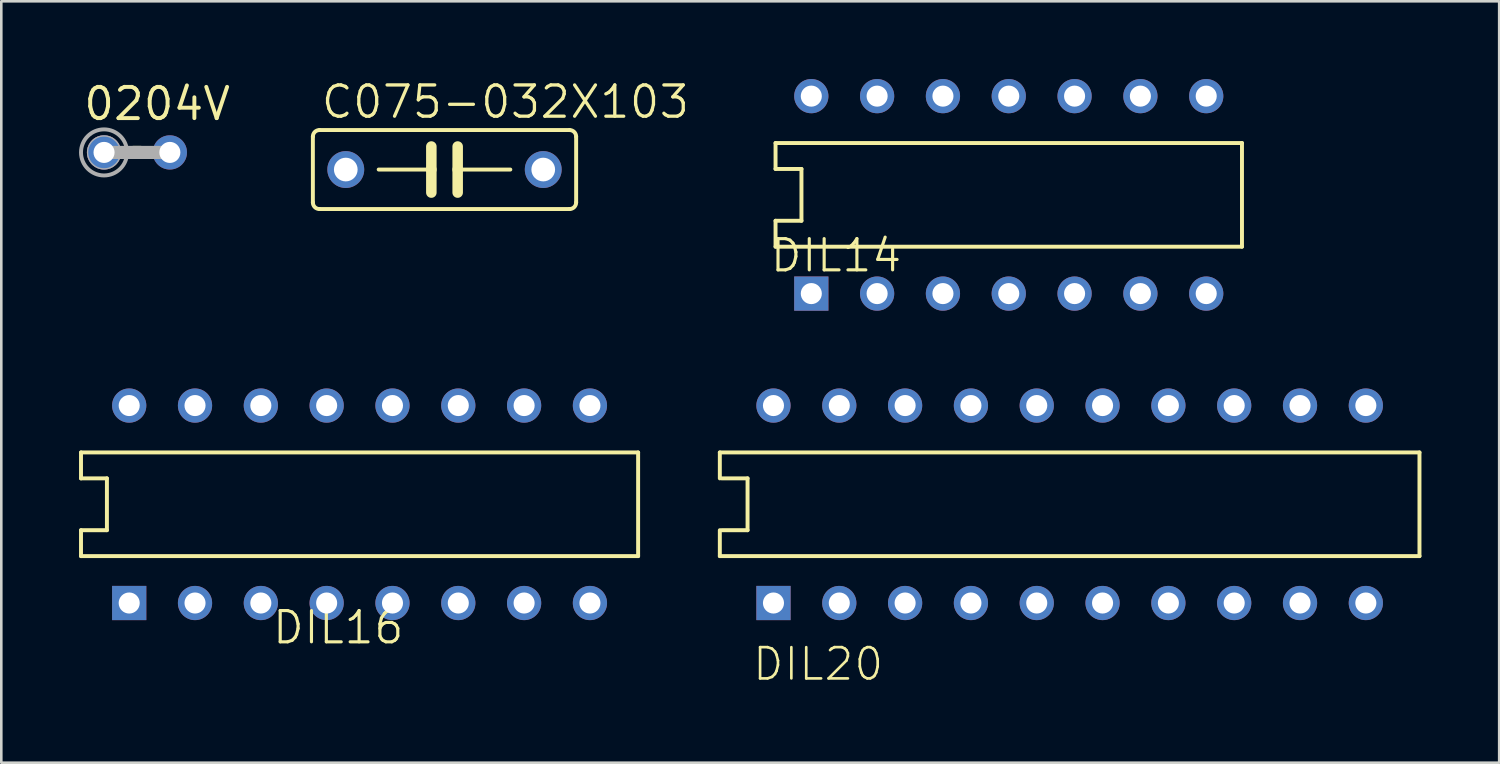
<source format=kicad_pcb>
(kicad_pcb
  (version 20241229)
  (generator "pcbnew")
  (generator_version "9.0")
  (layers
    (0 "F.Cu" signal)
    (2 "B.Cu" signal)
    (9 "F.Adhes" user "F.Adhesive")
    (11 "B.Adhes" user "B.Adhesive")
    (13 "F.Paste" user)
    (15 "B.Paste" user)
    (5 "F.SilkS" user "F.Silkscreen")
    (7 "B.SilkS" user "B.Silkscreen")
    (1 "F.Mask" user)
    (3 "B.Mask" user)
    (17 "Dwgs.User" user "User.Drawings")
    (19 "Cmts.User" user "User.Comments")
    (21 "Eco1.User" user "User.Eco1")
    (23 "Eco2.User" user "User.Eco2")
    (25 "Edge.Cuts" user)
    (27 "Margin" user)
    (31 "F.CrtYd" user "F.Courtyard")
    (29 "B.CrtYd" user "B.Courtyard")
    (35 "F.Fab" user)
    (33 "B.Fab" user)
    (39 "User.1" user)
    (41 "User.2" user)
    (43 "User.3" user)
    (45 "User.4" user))
  (footprint "DIL20"
    (layer "F.Cu")
    (at 38.229 16.411)
    (property "Reference" "DIL20" (at -7.112 5.461 0) (layer "F.SilkS") (effects (font (size 1.206 1.206) (thickness 0.102)) (justify right top)))
    (attr through_hole)
    (fp_line (start -13.5 -2) (end -13.5 -1) (stroke (width 0.152) (type solid)) (layer "F.SilkS"))
    (fp_line (start -13.5 2) (end -13.5 1) (stroke (width 0.152) (type solid)) (layer "F.SilkS"))
    (fp_line (start -13.5 2) (end 13.5 2) (stroke (width 0.152) (type solid)) (layer "F.SilkS"))
    (fp_line (start -13.43 -1) (end -12.43 -1) (stroke (width 0.152) (type solid)) (layer "F.SilkS"))
    (fp_line (start -13.43 1) (end -12.43 1) (stroke (width 0.152) (type solid)) (layer "F.SilkS"))
    (fp_line (start -12.43 1) (end -12.43 -1) (stroke (width 0.152) (type solid)) (layer "F.SilkS"))
    (fp_line (start 13.5 -2) (end -13.5 -2) (stroke (width 0.152) (type solid)) (layer "F.SilkS"))
    (fp_line (start 13.5 -2) (end 13.5 2) (stroke (width 0.152) (type solid)) (layer "F.SilkS"))
    (pad "1" thru_hole rect (at -11.43 3.81 90) (size 1.321 1.321) (drill 0.813) (layers "*.Cu" "*.Mask"))
    (pad "2" thru_hole circle (at -8.89 3.81 90) (size 1.321 1.321) (drill 0.813) (layers "*.Cu" "*.Mask"))
    (pad "3" thru_hole circle (at -6.35 3.81 90) (size 1.321 1.321) (drill 0.813) (layers "*.Cu" "*.Mask"))
    (pad "4" thru_hole circle (at -3.81 3.81 90) (size 1.321 1.321) (drill 0.813) (layers "*.Cu" "*.Mask"))
    (pad "5" thru_hole circle (at -1.27 3.81 90) (size 1.321 1.321) (drill 0.813) (layers "*.Cu" "*.Mask"))
    (pad "6" thru_hole circle (at 1.27 3.81 90) (size 1.321 1.321) (drill 0.813) (layers "*.Cu" "*.Mask"))
    (pad "7" thru_hole circle (at 3.81 3.81 90) (size 1.321 1.321) (drill 0.813) (layers "*.Cu" "*.Mask"))
    (pad "8" thru_hole circle (at 6.35 3.81 90) (size 1.321 1.321) (drill 0.813) (layers "*.Cu" "*.Mask"))
    (pad "9" thru_hole circle (at 8.89 3.81 90) (size 1.321 1.321) (drill 0.813) (layers "*.Cu" "*.Mask"))
    (pad "10" thru_hole circle (at 11.43 3.81 90) (size 1.321 1.321) (drill 0.813) (layers "*.Cu" "*.Mask"))
    (pad "11" thru_hole circle (at 11.43 -3.81 90) (size 1.321 1.321) (drill 0.813) (layers "*.Cu" "*.Mask"))
    (pad "12" thru_hole circle (at 8.89 -3.81 90) (size 1.321 1.321) (drill 0.813) (layers "*.Cu" "*.Mask"))
    (pad "13" thru_hole circle (at 6.35 -3.81 90) (size 1.321 1.321) (drill 0.813) (layers "*.Cu" "*.Mask"))
    (pad "14" thru_hole circle (at 3.81 -3.81 90) (size 1.321 1.321) (drill 0.813) (layers "*.Cu" "*.Mask"))
    (pad "15" thru_hole circle (at 1.27 -3.81 90) (size 1.321 1.321) (drill 0.813) (layers "*.Cu" "*.Mask"))
    (pad "16" thru_hole circle (at -1.27 -3.81 90) (size 1.321 1.321) (drill 0.813) (layers "*.Cu" "*.Mask"))
    (pad "17" thru_hole circle (at -3.81 -3.81 90) (size 1.321 1.321) (drill 0.813) (layers "*.Cu" "*.Mask"))
    (pad "18" thru_hole circle (at -6.35 -3.81 90) (size 1.321 1.321) (drill 0.813) (layers "*.Cu" "*.Mask"))
    (pad "19" thru_hole circle (at -8.89 -3.81 90) (size 1.321 1.321) (drill 0.813) (layers "*.Cu" "*.Mask"))
    (pad "20" thru_hole circle (at -11.43 -3.81 90) (size 1.321 1.321) (drill 0.813) (layers "*.Cu" "*.Mask")))
  (footprint "0204V"
    (layer "F.Cu")
    (at 2.235 2.832)
    (property "Reference" "0204V" (at -2.134 -1.168 0) (layer "F.SilkS") (effects (font (size 1.206 1.206) (thickness 0.152)) (justify left bottom)))
    (attr through_hole)
    (fp_line (start -0.127 0) (end 0.127 0) (stroke (width 0.508) (type solid)) (layer "F.SilkS"))
    (fp_line (start -1.27 0) (end 1.27 0) (stroke (width 0.508) (type solid)) (layer "F.Fab"))
    (fp_circle (center -1.27 0) (end -0.635 0) (stroke (width 0.051) (type solid)) (fill no) (layer "F.Fab"))
    (fp_circle (center -1.27 0) (end -0.381 0) (stroke (width 0.152) (type solid)) (fill no) (layer "F.Fab"))
    (pad "1" thru_hole circle (at -1.27 0) (size 1.321 1.321) (drill 0.813) (layers "*.Cu" "*.Mask"))
    (pad "2" thru_hole circle (at 1.27 0) (size 1.321 1.321) (drill 0.813) (layers "*.Cu" "*.Mask")))
  (footprint "DIL14"
    (layer "F.Cu")
    (at 28.259 8.28)
    (property "Reference" "DIL14" (at -1.651 -0.762 180) (layer "F.SilkS") (effects (font (size 1.206 1.206) (thickness 0.121)) (justify left bottom)))
    (attr through_hole)
    (fp_line (start -1.38 -5.81) (end -1.38 -4.81) (stroke (width 0.152) (type solid)) (layer "F.SilkS"))
    (fp_line (start -1.38 -4.81) (end -0.38 -4.81) (stroke (width 0.152) (type solid)) (layer "F.SilkS"))
    (fp_line (start -1.38 -2.81) (end -0.38 -2.81) (stroke (width 0.152) (type solid)) (layer "F.SilkS"))
    (fp_line (start -1.38 -1.81) (end -1.38 -2.81) (stroke (width 0.152) (type solid)) (layer "F.SilkS"))
    (fp_line (start -1.38 -1.81) (end 16.62 -1.81) (stroke (width 0.152) (type solid)) (layer "F.SilkS"))
    (fp_line (start -0.38 -2.81) (end -0.38 -4.81) (stroke (width 0.152) (type solid)) (layer "F.SilkS"))
    (fp_line (start 16.62 -5.81) (end -1.38 -5.81) (stroke (width 0.152) (type solid)) (layer "F.SilkS"))
    (fp_line (start 16.62 -5.81) (end 16.62 -1.81) (stroke (width 0.152) (type solid)) (layer "F.SilkS"))
    (pad "1" thru_hole rect (at 0 0 90) (size 1.321 1.321) (drill 0.813) (layers "*.Cu" "*.Mask"))
    (pad "2" thru_hole circle (at 2.54 0 90) (size 1.321 1.321) (drill 0.813) (layers "*.Cu" "*.Mask"))
    (pad "3" thru_hole circle (at 5.08 0 90) (size 1.321 1.321) (drill 0.813) (layers "*.Cu" "*.Mask"))
    (pad "4" thru_hole circle (at 7.62 0 90) (size 1.321 1.321) (drill 0.813) (layers "*.Cu" "*.Mask"))
    (pad "5" thru_hole circle (at 10.16 0 90) (size 1.321 1.321) (drill 0.813) (layers "*.Cu" "*.Mask"))
    (pad "6" thru_hole circle (at 12.7 0 90) (size 1.321 1.321) (drill 0.813) (layers "*.Cu" "*.Mask"))
    (pad "7" thru_hole circle (at 15.24 0 90) (size 1.321 1.321) (drill 0.813) (layers "*.Cu" "*.Mask"))
    (pad "8" thru_hole circle (at 15.24 -7.62 90) (size 1.321 1.321) (drill 0.813) (layers "*.Cu" "*.Mask"))
    (pad "9" thru_hole circle (at 12.7 -7.62 90) (size 1.321 1.321) (drill 0.813) (layers "*.Cu" "*.Mask"))
    (pad "10" thru_hole circle (at 10.16 -7.62 90) (size 1.321 1.321) (drill 0.813) (layers "*.Cu" "*.Mask"))
    (pad "11" thru_hole circle (at 7.62 -7.62 90) (size 1.321 1.321) (drill 0.813) (layers "*.Cu" "*.Mask"))
    (pad "12" thru_hole circle (at 5.08 -7.62 90) (size 1.321 1.321) (drill 0.813) (layers "*.Cu" "*.Mask"))
    (pad "13" thru_hole circle (at 2.54 -7.62 90) (size 1.321 1.321) (drill 0.813) (layers "*.Cu" "*.Mask"))
    (pad "14" thru_hole circle (at 0 -7.62 90) (size 1.321 1.321) (drill 0.813) (layers "*.Cu" "*.Mask")))
  (footprint "C075-032X103"
    (layer "F.Cu")
    (at 14.104 3.493)
    (property "Reference" "C075-032X103" (at -4.826 -1.905 0) (layer "F.SilkS") (effects (font (size 1.206 1.206) (thickness 0.127)) (justify left bottom)))
    (attr through_hole)
    (fp_line (start -5.08 -1.27) (end -5.08 1.27) (stroke (width 0.152) (type solid)) (layer "F.SilkS"))
    (fp_line (start -4.826 1.524) (end 4.826 1.524) (stroke (width 0.152) (type solid)) (layer "F.SilkS"))
    (fp_line (start -2.54 0) (end -0.508 0) (stroke (width 0.152) (type solid)) (layer "F.SilkS"))
    (fp_line (start -0.508 -0.889) (end -0.508 0) (stroke (width 0.406) (type solid)) (layer "F.SilkS"))
    (fp_line (start -0.508 0) (end -0.508 0.889) (stroke (width 0.406) (type solid)) (layer "F.SilkS"))
    (fp_line (start 0.508 -0.889) (end 0.508 0) (stroke (width 0.406) (type solid)) (layer "F.SilkS"))
    (fp_line (start 0.508 0) (end 0.508 0.889) (stroke (width 0.406) (type solid)) (layer "F.SilkS"))
    (fp_line (start 0.508 0) (end 2.54 0) (stroke (width 0.152) (type solid)) (layer "F.SilkS"))
    (fp_line (start 4.826 -1.524) (end -4.826 -1.524) (stroke (width 0.152) (type solid)) (layer "F.SilkS"))
    (fp_line (start 5.08 1.27) (end 5.08 -1.27) (stroke (width 0.152) (type solid)) (layer "F.SilkS"))
    (fp_arc (start -5.08 -1.27) (mid -5.005605 -1.449605) (end -4.826 -1.524) (stroke (width 0.1524) (type solid)) (layer "F.SilkS"))
    (fp_arc (start -4.826 1.524) (mid -5.005605 1.449605) (end -5.08 1.27) (stroke (width 0.1524) (type solid)) (layer "F.SilkS"))
    (fp_arc (start 4.826 -1.524) (mid 5.005605 -1.449605) (end 5.08 -1.27) (stroke (width 0.1524) (type solid)) (layer "F.SilkS"))
    (fp_arc (start 5.08 1.27) (mid 5.005605 1.449605) (end 4.826 1.524) (stroke (width 0.1524) (type solid)) (layer "F.SilkS"))
    (pad "1" thru_hole circle (at -3.81 0) (size 1.422 1.422) (drill 0.914) (layers "*.Cu" "*.Mask"))
    (pad "2" thru_hole circle (at 3.81 0) (size 1.422 1.422) (drill 0.914) (layers "*.Cu" "*.Mask")))
  (footprint "DIL16"
    (layer "F.Cu")
    (at 1.936 20.221)
    (property "Reference" "DIL16" (at 5.461 1.651 180) (layer "F.SilkS") (effects (font (size 1.206 1.206) (thickness 0.121)) (justify left bottom)))
    (attr through_hole)
    (fp_line (start -1.86 -5.81) (end -1.86 -4.81) (stroke (width 0.152) (type solid)) (layer "F.SilkS"))
    (fp_line (start -1.86 -4.81) (end -0.86 -4.81) (stroke (width 0.152) (type solid)) (layer "F.SilkS"))
    (fp_line (start -1.86 -2.81) (end -0.86 -2.81) (stroke (width 0.152) (type solid)) (layer "F.SilkS"))
    (fp_line (start -1.86 -1.81) (end -1.86 -2.81) (stroke (width 0.152) (type solid)) (layer "F.SilkS"))
    (fp_line (start -1.86 -1.81) (end 19.64 -1.81) (stroke (width 0.152) (type solid)) (layer "F.SilkS"))
    (fp_line (start -0.86 -2.81) (end -0.86 -4.81) (stroke (width 0.152) (type solid)) (layer "F.SilkS"))
    (fp_line (start 19.64 -5.81) (end -1.86 -5.81) (stroke (width 0.152) (type solid)) (layer "F.SilkS"))
    (fp_line (start 19.64 -5.81) (end 19.64 -1.81) (stroke (width 0.152) (type solid)) (layer "F.SilkS"))
    (pad "1" thru_hole rect (at 0 0 90) (size 1.321 1.321) (drill 0.813) (layers "*.Cu" "*.Mask"))
    (pad "2" thru_hole circle (at 2.54 0 90) (size 1.321 1.321) (drill 0.813) (layers "*.Cu" "*.Mask"))
    (pad "3" thru_hole circle (at 5.08 0 90) (size 1.321 1.321) (drill 0.813) (layers "*.Cu" "*.Mask"))
    (pad "4" thru_hole circle (at 7.62 0 90) (size 1.321 1.321) (drill 0.813) (layers "*.Cu" "*.Mask"))
    (pad "5" thru_hole circle (at 10.16 0 90) (size 1.321 1.321) (drill 0.813) (layers "*.Cu" "*.Mask"))
    (pad "6" thru_hole circle (at 12.7 0 90) (size 1.321 1.321) (drill 0.813) (layers "*.Cu" "*.Mask"))
    (pad "7" thru_hole circle (at 15.24 0 90) (size 1.321 1.321) (drill 0.813) (layers "*.Cu" "*.Mask"))
    (pad "8" thru_hole circle (at 17.78 0 90) (size 1.321 1.321) (drill 0.813) (layers "*.Cu" "*.Mask"))
    (pad "9" thru_hole circle (at 17.78 -7.62 90) (size 1.321 1.321) (drill 0.813) (layers "*.Cu" "*.Mask"))
    (pad "10" thru_hole circle (at 15.24 -7.62 90) (size 1.321 1.321) (drill 0.813) (layers "*.Cu" "*.Mask"))
    (pad "11" thru_hole circle (at 12.7 -7.62 90) (size 1.321 1.321) (drill 0.813) (layers "*.Cu" "*.Mask"))
    (pad "12" thru_hole circle (at 10.16 -7.62 90) (size 1.321 1.321) (drill 0.813) (layers "*.Cu" "*.Mask"))
    (pad "13" thru_hole circle (at 7.62 -7.62 90) (size 1.321 1.321) (drill 0.813) (layers "*.Cu" "*.Mask"))
    (pad "14" thru_hole circle (at 5.08 -7.62 90) (size 1.321 1.321) (drill 0.813) (layers "*.Cu" "*.Mask"))
    (pad "15" thru_hole circle (at 2.54 -7.62 90) (size 1.321 1.321) (drill 0.813) (layers "*.Cu" "*.Mask"))
    (pad "16" thru_hole circle (at 0 -7.62 90) (size 1.321 1.321) (drill 0.813) (layers "*.Cu" "*.Mask")))
  (gr_rect
    (start -3 -3)
    (end 54.805 26.384)
    (stroke (width 0.1) (type default))
    (fill no)
    (layer "Edge.Cuts")))
</source>
